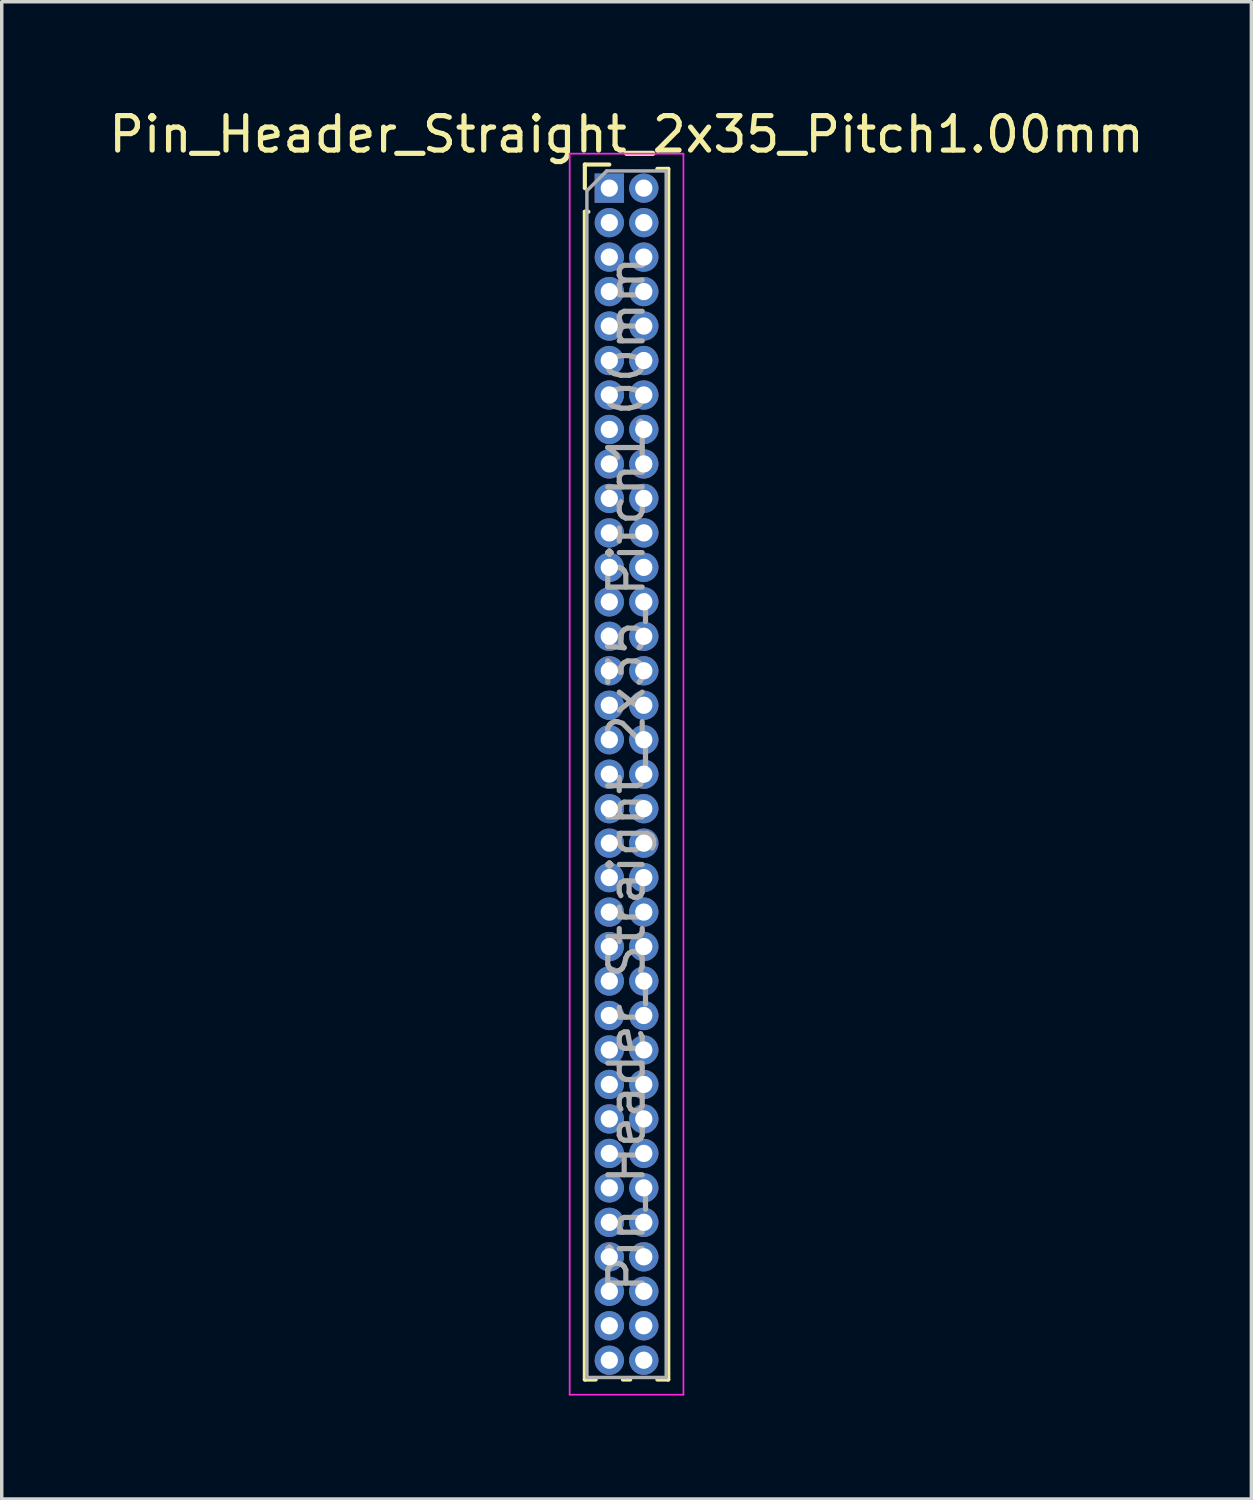
<source format=kicad_pcb>
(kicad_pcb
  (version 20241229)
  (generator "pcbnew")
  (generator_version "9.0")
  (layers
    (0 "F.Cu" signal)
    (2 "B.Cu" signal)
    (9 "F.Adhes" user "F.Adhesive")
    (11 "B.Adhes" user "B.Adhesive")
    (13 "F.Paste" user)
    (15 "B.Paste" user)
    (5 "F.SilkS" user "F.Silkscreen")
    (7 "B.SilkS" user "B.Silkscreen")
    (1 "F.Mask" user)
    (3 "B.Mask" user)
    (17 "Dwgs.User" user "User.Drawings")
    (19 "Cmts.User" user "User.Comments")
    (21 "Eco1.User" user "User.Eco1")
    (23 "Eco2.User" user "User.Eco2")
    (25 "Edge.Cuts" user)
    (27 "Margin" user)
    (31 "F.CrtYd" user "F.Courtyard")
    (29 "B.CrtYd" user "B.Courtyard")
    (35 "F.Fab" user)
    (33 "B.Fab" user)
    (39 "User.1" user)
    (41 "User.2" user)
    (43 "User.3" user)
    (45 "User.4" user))
  (footprint "Pin_Header_Straight_2x35_Pitch1.00mm"
    (layer "F.Cu")
    (at 14.625 2.408)
    (property "Reference" "Pin_Header_Straight_2x35_Pitch1.00mm" (at 0.5 -1.56 0) (layer "F.SilkS") (effects (font (size 1 1) (thickness 0.15))))
    (attr through_hole)
    (fp_line (start -0.71 -0.685) (end 0 -0.685) (stroke (width 0.12) (type solid)) (layer "F.SilkS"))
    (fp_line (start -0.71 0) (end -0.71 -0.685) (stroke (width 0.12) (type solid)) (layer "F.SilkS"))
    (fp_line (start -0.71 0.685) (end -0.71 34.56) (stroke (width 0.12) (type solid)) (layer "F.SilkS"))
    (fp_line (start -0.71 0.685) (end -0.608 0.685) (stroke (width 0.12) (type solid)) (layer "F.SilkS"))
    (fp_line (start -0.71 34.56) (end -0.394 34.56) (stroke (width 0.12) (type solid)) (layer "F.SilkS"))
    (fp_line (start 0.394 34.56) (end 0.606 34.56) (stroke (width 0.12) (type solid)) (layer "F.SilkS"))
    (fp_line (start 1.394 -0.56) (end 1.71 -0.56) (stroke (width 0.12) (type solid)) (layer "F.SilkS"))
    (fp_line (start 1.394 34.56) (end 1.71 34.56) (stroke (width 0.12) (type solid)) (layer "F.SilkS"))
    (fp_line (start 1.71 -0.56) (end 1.71 34.56) (stroke (width 0.12) (type solid)) (layer "F.SilkS"))
    (fp_line (start -1.15 -1) (end -1.15 35) (stroke (width 0.05) (type solid)) (layer "F.CrtYd"))
    (fp_line (start -1.15 35) (end 2.15 35) (stroke (width 0.05) (type solid)) (layer "F.CrtYd"))
    (fp_line (start 2.15 -1) (end -1.15 -1) (stroke (width 0.05) (type solid)) (layer "F.CrtYd"))
    (fp_line (start 2.15 35) (end 2.15 -1) (stroke (width 0.05) (type solid)) (layer "F.CrtYd"))
    (fp_line (start -0.65 0.075) (end -0.075 -0.5) (stroke (width 0.1) (type solid)) (layer "F.Fab"))
    (fp_line (start -0.65 34.5) (end -0.65 0.075) (stroke (width 0.1) (type solid)) (layer "F.Fab"))
    (fp_line (start -0.075 -0.5) (end 1.65 -0.5) (stroke (width 0.1) (type solid)) (layer "F.Fab"))
    (fp_line (start 1.65 -0.5) (end 1.65 34.5) (stroke (width 0.1) (type solid)) (layer "F.Fab"))
    (fp_line (start 1.65 34.5) (end -0.65 34.5) (stroke (width 0.1) (type solid)) (layer "F.Fab"))
    (fp_text user "${REFERENCE}" (at 0.5 17 90) (layer "F.Fab") (effects (font (size 1 1) (thickness 0.15))))
    (pad "1" thru_hole rect (at 0 0) (size 0.85 0.85) (drill 0.5) (layers "*.Cu" "*.Mask"))
    (pad "2" thru_hole oval (at 1 0) (size 0.85 0.85) (drill 0.5) (layers "*.Cu" "*.Mask"))
    (pad "3" thru_hole oval (at 0 1) (size 0.85 0.85) (drill 0.5) (layers "*.Cu" "*.Mask"))
    (pad "4" thru_hole oval (at 1 1) (size 0.85 0.85) (drill 0.5) (layers "*.Cu" "*.Mask"))
    (pad "5" thru_hole oval (at 0 2) (size 0.85 0.85) (drill 0.5) (layers "*.Cu" "*.Mask"))
    (pad "6" thru_hole oval (at 1 2) (size 0.85 0.85) (drill 0.5) (layers "*.Cu" "*.Mask"))
    (pad "7" thru_hole oval (at 0 3) (size 0.85 0.85) (drill 0.5) (layers "*.Cu" "*.Mask"))
    (pad "8" thru_hole oval (at 1 3) (size 0.85 0.85) (drill 0.5) (layers "*.Cu" "*.Mask"))
    (pad "9" thru_hole oval (at 0 4) (size 0.85 0.85) (drill 0.5) (layers "*.Cu" "*.Mask"))
    (pad "10" thru_hole oval (at 1 4) (size 0.85 0.85) (drill 0.5) (layers "*.Cu" "*.Mask"))
    (pad "11" thru_hole oval (at 0 5) (size 0.85 0.85) (drill 0.5) (layers "*.Cu" "*.Mask"))
    (pad "12" thru_hole oval (at 1 5) (size 0.85 0.85) (drill 0.5) (layers "*.Cu" "*.Mask"))
    (pad "13" thru_hole oval (at 0 6) (size 0.85 0.85) (drill 0.5) (layers "*.Cu" "*.Mask"))
    (pad "14" thru_hole oval (at 1 6) (size 0.85 0.85) (drill 0.5) (layers "*.Cu" "*.Mask"))
    (pad "15" thru_hole oval (at 0 7) (size 0.85 0.85) (drill 0.5) (layers "*.Cu" "*.Mask"))
    (pad "16" thru_hole oval (at 1 7) (size 0.85 0.85) (drill 0.5) (layers "*.Cu" "*.Mask"))
    (pad "17" thru_hole oval (at 0 8) (size 0.85 0.85) (drill 0.5) (layers "*.Cu" "*.Mask"))
    (pad "18" thru_hole oval (at 1 8) (size 0.85 0.85) (drill 0.5) (layers "*.Cu" "*.Mask"))
    (pad "19" thru_hole oval (at 0 9) (size 0.85 0.85) (drill 0.5) (layers "*.Cu" "*.Mask"))
    (pad "20" thru_hole oval (at 1 9) (size 0.85 0.85) (drill 0.5) (layers "*.Cu" "*.Mask"))
    (pad "21" thru_hole oval (at 0 10) (size 0.85 0.85) (drill 0.5) (layers "*.Cu" "*.Mask"))
    (pad "22" thru_hole oval (at 1 10) (size 0.85 0.85) (drill 0.5) (layers "*.Cu" "*.Mask"))
    (pad "23" thru_hole oval (at 0 11) (size 0.85 0.85) (drill 0.5) (layers "*.Cu" "*.Mask"))
    (pad "24" thru_hole oval (at 1 11) (size 0.85 0.85) (drill 0.5) (layers "*.Cu" "*.Mask"))
    (pad "25" thru_hole oval (at 0 12) (size 0.85 0.85) (drill 0.5) (layers "*.Cu" "*.Mask"))
    (pad "26" thru_hole oval (at 1 12) (size 0.85 0.85) (drill 0.5) (layers "*.Cu" "*.Mask"))
    (pad "27" thru_hole oval (at 0 13) (size 0.85 0.85) (drill 0.5) (layers "*.Cu" "*.Mask"))
    (pad "28" thru_hole oval (at 1 13) (size 0.85 0.85) (drill 0.5) (layers "*.Cu" "*.Mask"))
    (pad "29" thru_hole oval (at 0 14) (size 0.85 0.85) (drill 0.5) (layers "*.Cu" "*.Mask"))
    (pad "30" thru_hole oval (at 1 14) (size 0.85 0.85) (drill 0.5) (layers "*.Cu" "*.Mask"))
    (pad "31" thru_hole oval (at 0 15) (size 0.85 0.85) (drill 0.5) (layers "*.Cu" "*.Mask"))
    (pad "32" thru_hole oval (at 1 15) (size 0.85 0.85) (drill 0.5) (layers "*.Cu" "*.Mask"))
    (pad "33" thru_hole oval (at 0 16) (size 0.85 0.85) (drill 0.5) (layers "*.Cu" "*.Mask"))
    (pad "34" thru_hole oval (at 1 16) (size 0.85 0.85) (drill 0.5) (layers "*.Cu" "*.Mask"))
    (pad "35" thru_hole oval (at 0 17) (size 0.85 0.85) (drill 0.5) (layers "*.Cu" "*.Mask"))
    (pad "36" thru_hole oval (at 1 17) (size 0.85 0.85) (drill 0.5) (layers "*.Cu" "*.Mask"))
    (pad "37" thru_hole oval (at 0 18) (size 0.85 0.85) (drill 0.5) (layers "*.Cu" "*.Mask"))
    (pad "38" thru_hole oval (at 1 18) (size 0.85 0.85) (drill 0.5) (layers "*.Cu" "*.Mask"))
    (pad "39" thru_hole oval (at 0 19) (size 0.85 0.85) (drill 0.5) (layers "*.Cu" "*.Mask"))
    (pad "40" thru_hole oval (at 1 19) (size 0.85 0.85) (drill 0.5) (layers "*.Cu" "*.Mask"))
    (pad "41" thru_hole oval (at 0 20) (size 0.85 0.85) (drill 0.5) (layers "*.Cu" "*.Mask"))
    (pad "42" thru_hole oval (at 1 20) (size 0.85 0.85) (drill 0.5) (layers "*.Cu" "*.Mask"))
    (pad "43" thru_hole oval (at 0 21) (size 0.85 0.85) (drill 0.5) (layers "*.Cu" "*.Mask"))
    (pad "44" thru_hole oval (at 1 21) (size 0.85 0.85) (drill 0.5) (layers "*.Cu" "*.Mask"))
    (pad "45" thru_hole oval (at 0 22) (size 0.85 0.85) (drill 0.5) (layers "*.Cu" "*.Mask"))
    (pad "46" thru_hole oval (at 1 22) (size 0.85 0.85) (drill 0.5) (layers "*.Cu" "*.Mask"))
    (pad "47" thru_hole oval (at 0 23) (size 0.85 0.85) (drill 0.5) (layers "*.Cu" "*.Mask"))
    (pad "48" thru_hole oval (at 1 23) (size 0.85 0.85) (drill 0.5) (layers "*.Cu" "*.Mask"))
    (pad "49" thru_hole oval (at 0 24) (size 0.85 0.85) (drill 0.5) (layers "*.Cu" "*.Mask"))
    (pad "50" thru_hole oval (at 1 24) (size 0.85 0.85) (drill 0.5) (layers "*.Cu" "*.Mask"))
    (pad "51" thru_hole oval (at 0 25) (size 0.85 0.85) (drill 0.5) (layers "*.Cu" "*.Mask"))
    (pad "52" thru_hole oval (at 1 25) (size 0.85 0.85) (drill 0.5) (layers "*.Cu" "*.Mask"))
    (pad "53" thru_hole oval (at 0 26) (size 0.85 0.85) (drill 0.5) (layers "*.Cu" "*.Mask"))
    (pad "54" thru_hole oval (at 1 26) (size 0.85 0.85) (drill 0.5) (layers "*.Cu" "*.Mask"))
    (pad "55" thru_hole oval (at 0 27) (size 0.85 0.85) (drill 0.5) (layers "*.Cu" "*.Mask"))
    (pad "56" thru_hole oval (at 1 27) (size 0.85 0.85) (drill 0.5) (layers "*.Cu" "*.Mask"))
    (pad "57" thru_hole oval (at 0 28) (size 0.85 0.85) (drill 0.5) (layers "*.Cu" "*.Mask"))
    (pad "58" thru_hole oval (at 1 28) (size 0.85 0.85) (drill 0.5) (layers "*.Cu" "*.Mask"))
    (pad "59" thru_hole oval (at 0 29) (size 0.85 0.85) (drill 0.5) (layers "*.Cu" "*.Mask"))
    (pad "60" thru_hole oval (at 1 29) (size 0.85 0.85) (drill 0.5) (layers "*.Cu" "*.Mask"))
    (pad "61" thru_hole oval (at 0 30) (size 0.85 0.85) (drill 0.5) (layers "*.Cu" "*.Mask"))
    (pad "62" thru_hole oval (at 1 30) (size 0.85 0.85) (drill 0.5) (layers "*.Cu" "*.Mask"))
    (pad "63" thru_hole oval (at 0 31) (size 0.85 0.85) (drill 0.5) (layers "*.Cu" "*.Mask"))
    (pad "64" thru_hole oval (at 1 31) (size 0.85 0.85) (drill 0.5) (layers "*.Cu" "*.Mask"))
    (pad "65" thru_hole oval (at 0 32) (size 0.85 0.85) (drill 0.5) (layers "*.Cu" "*.Mask"))
    (pad "66" thru_hole oval (at 1 32) (size 0.85 0.85) (drill 0.5) (layers "*.Cu" "*.Mask"))
    (pad "67" thru_hole oval (at 0 33) (size 0.85 0.85) (drill 0.5) (layers "*.Cu" "*.Mask"))
    (pad "68" thru_hole oval (at 1 33) (size 0.85 0.85) (drill 0.5) (layers "*.Cu" "*.Mask"))
    (pad "69" thru_hole oval (at 0 34) (size 0.85 0.85) (drill 0.5) (layers "*.Cu" "*.Mask"))
    (pad "70" thru_hole oval (at 1 34) (size 0.85 0.85) (drill 0.5) (layers "*.Cu" "*.Mask")))
  (gr_rect
    (start -3 -3)
    (end 33.25 40.433)
    (stroke (width 0.1) (type default))
    (fill no)
    (layer "Edge.Cuts")))
</source>
